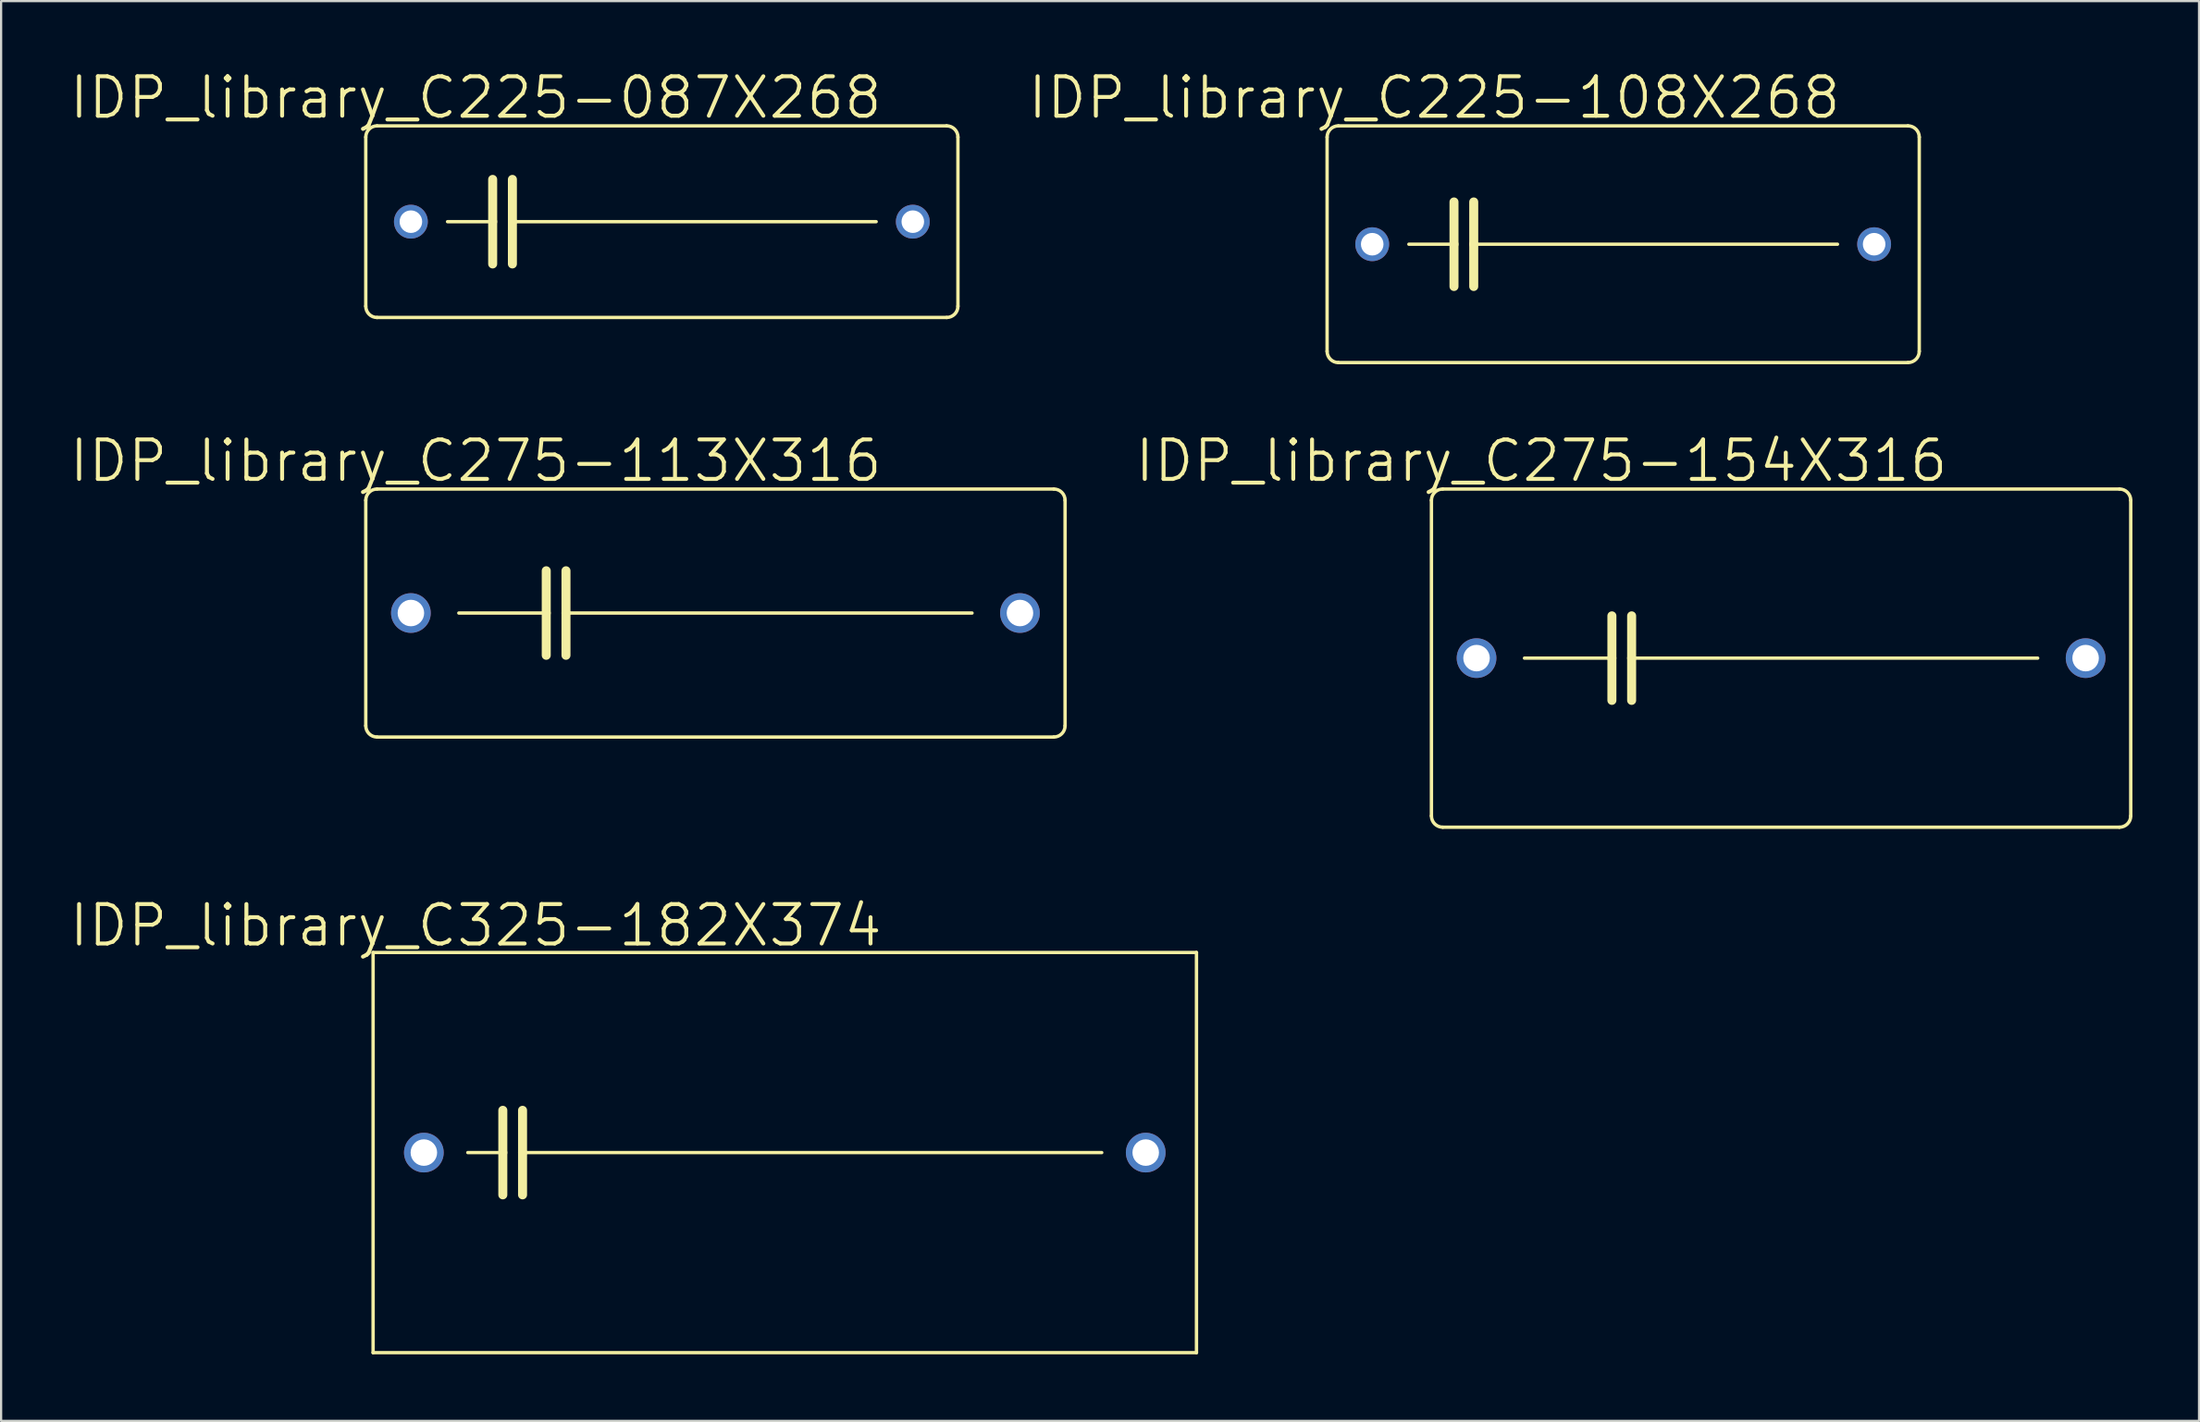
<source format=kicad_pcb>
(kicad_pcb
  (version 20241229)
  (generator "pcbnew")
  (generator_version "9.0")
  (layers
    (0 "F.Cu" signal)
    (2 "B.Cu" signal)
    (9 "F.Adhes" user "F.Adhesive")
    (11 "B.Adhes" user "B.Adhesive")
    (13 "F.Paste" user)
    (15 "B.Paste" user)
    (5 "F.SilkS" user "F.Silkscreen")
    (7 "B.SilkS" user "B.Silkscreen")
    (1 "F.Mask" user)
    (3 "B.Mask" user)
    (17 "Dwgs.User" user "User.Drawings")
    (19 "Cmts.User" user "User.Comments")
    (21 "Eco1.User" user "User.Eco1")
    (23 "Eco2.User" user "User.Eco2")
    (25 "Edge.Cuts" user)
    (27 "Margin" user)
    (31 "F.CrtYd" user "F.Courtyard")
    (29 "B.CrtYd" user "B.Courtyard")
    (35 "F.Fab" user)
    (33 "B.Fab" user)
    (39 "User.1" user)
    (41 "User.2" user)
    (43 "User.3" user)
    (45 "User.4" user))
  (footprint "IDP_library_C275-113X316"
    (layer "F.Cu")
    (at 29.172 24.577)
    (property "Reference" "IDP_library_C275-113X316" (at -10.795 -6.858 0) (layer "F.SilkS") (effects (font (size 1.778 1.778) (thickness 0.178))))
    (attr exclude_from_pos_files exclude_from_bom)
    (fp_line (start -15.748 5.08) (end -15.748 -5.08) (stroke (width 0.152) (type solid)) (layer "F.SilkS"))
    (fp_line (start -15.24 -5.588) (end 15.24 -5.588) (stroke (width 0.152) (type solid)) (layer "F.SilkS"))
    (fp_line (start -11.557 0) (end -7.62 0) (stroke (width 0.152) (type solid)) (layer "F.SilkS"))
    (fp_line (start -7.62 -1.905) (end -7.62 0) (stroke (width 0.406) (type solid)) (layer "F.SilkS"))
    (fp_line (start -7.62 0) (end -7.62 1.905) (stroke (width 0.406) (type solid)) (layer "F.SilkS"))
    (fp_line (start -6.731 -1.905) (end -6.731 0) (stroke (width 0.406) (type solid)) (layer "F.SilkS"))
    (fp_line (start -6.731 0) (end -6.731 1.905) (stroke (width 0.406) (type solid)) (layer "F.SilkS"))
    (fp_line (start -6.731 0) (end 11.557 0) (stroke (width 0.152) (type solid)) (layer "F.SilkS"))
    (fp_line (start 15.24 5.588) (end -15.24 5.588) (stroke (width 0.152) (type solid)) (layer "F.SilkS"))
    (fp_line (start 15.748 -5.08) (end 15.748 5.08) (stroke (width 0.152) (type solid)) (layer "F.SilkS"))
    (fp_arc (start -15.748 -5.08) (mid -15.59921 -5.43921) (end -15.24 -5.588) (stroke (width 0.1524) (type solid)) (layer "F.SilkS"))
    (fp_arc (start -15.24 5.588) (mid -15.59921 5.43921) (end -15.748 5.08) (stroke (width 0.1524) (type solid)) (layer "F.SilkS"))
    (fp_arc (start 15.24 -5.588) (mid 15.59921 -5.43921) (end 15.748 -5.08) (stroke (width 0.1524) (type solid)) (layer "F.SilkS"))
    (fp_arc (start 15.748 5.08) (mid 15.59921 5.43921) (end 15.24 5.588) (stroke (width 0.1524) (type solid)) (layer "F.SilkS"))
    (pad "1" thru_hole circle (at -13.716 0) (size 1.788 1.788) (drill 1.194) (layers "*.Cu" "*.Paste" "*.Mask"))
    (pad "2" thru_hole circle (at 13.716 0) (size 1.788 1.788) (drill 1.194) (layers "*.Cu" "*.Paste" "*.Mask")))
  (footprint "IDP_library_C225-087X268"
    (layer "F.Cu")
    (at 26.759 6.94)
    (property "Reference" "IDP_library_C225-087X268" (at -8.382 -5.588 0) (layer "F.SilkS") (effects (font (size 1.778 1.778) (thickness 0.178))))
    (attr exclude_from_pos_files exclude_from_bom)
    (fp_line (start -13.335 3.81) (end -13.335 -3.81) (stroke (width 0.152) (type solid)) (layer "F.SilkS"))
    (fp_line (start -12.827 -4.318) (end 12.827 -4.318) (stroke (width 0.152) (type solid)) (layer "F.SilkS"))
    (fp_line (start -9.652 0) (end -7.62 0) (stroke (width 0.152) (type solid)) (layer "F.SilkS"))
    (fp_line (start -7.62 -1.905) (end -7.62 0) (stroke (width 0.406) (type solid)) (layer "F.SilkS"))
    (fp_line (start -7.62 0) (end -7.62 1.905) (stroke (width 0.406) (type solid)) (layer "F.SilkS"))
    (fp_line (start -6.731 -1.905) (end -6.731 0) (stroke (width 0.406) (type solid)) (layer "F.SilkS"))
    (fp_line (start -6.731 0) (end -6.731 1.905) (stroke (width 0.406) (type solid)) (layer "F.SilkS"))
    (fp_line (start -6.731 0) (end 9.652 0) (stroke (width 0.152) (type solid)) (layer "F.SilkS"))
    (fp_line (start 12.827 4.318) (end -12.827 4.318) (stroke (width 0.152) (type solid)) (layer "F.SilkS"))
    (fp_line (start 13.335 -3.81) (end 13.335 3.81) (stroke (width 0.152) (type solid)) (layer "F.SilkS"))
    (fp_arc (start -13.335 -3.81) (mid -13.18621 -4.16921) (end -12.827 -4.318) (stroke (width 0.1524) (type solid)) (layer "F.SilkS"))
    (fp_arc (start -12.827 4.318) (mid -13.18621 4.16921) (end -13.335 3.81) (stroke (width 0.1524) (type solid)) (layer "F.SilkS"))
    (fp_arc (start 12.827 -4.318) (mid 13.18621 -4.16921) (end 13.335 -3.81) (stroke (width 0.1524) (type solid)) (layer "F.SilkS"))
    (fp_arc (start 13.335 3.81) (mid 13.18621 4.16921) (end 12.827 4.318) (stroke (width 0.1524) (type solid)) (layer "F.SilkS"))
    (pad "1" thru_hole circle (at -11.303 0) (size 1.524 1.524) (drill 1.016) (layers "*.Cu" "*.Paste" "*.Mask"))
    (pad "2" thru_hole circle (at 11.303 0) (size 1.524 1.524) (drill 1.016) (layers "*.Cu" "*.Paste" "*.Mask")))
  (footprint "IDP_library_C275-154X316"
    (layer "F.Cu")
    (at 77.168 26.609)
    (property "Reference" "IDP_library_C275-154X316" (at -10.795 -8.89 0) (layer "F.SilkS") (effects (font (size 1.778 1.778) (thickness 0.178))))
    (attr exclude_from_pos_files exclude_from_bom)
    (fp_line (start -15.748 7.112) (end -15.748 -7.112) (stroke (width 0.152) (type solid)) (layer "F.SilkS"))
    (fp_line (start -15.24 -7.62) (end 15.24 -7.62) (stroke (width 0.152) (type solid)) (layer "F.SilkS"))
    (fp_line (start -11.557 0) (end -7.62 0) (stroke (width 0.152) (type solid)) (layer "F.SilkS"))
    (fp_line (start -7.62 -1.905) (end -7.62 0) (stroke (width 0.406) (type solid)) (layer "F.SilkS"))
    (fp_line (start -7.62 0) (end -7.62 1.905) (stroke (width 0.406) (type solid)) (layer "F.SilkS"))
    (fp_line (start -6.731 -1.905) (end -6.731 0) (stroke (width 0.406) (type solid)) (layer "F.SilkS"))
    (fp_line (start -6.731 0) (end -6.731 1.905) (stroke (width 0.406) (type solid)) (layer "F.SilkS"))
    (fp_line (start -6.731 0) (end 11.557 0) (stroke (width 0.152) (type solid)) (layer "F.SilkS"))
    (fp_line (start 15.24 7.62) (end -15.24 7.62) (stroke (width 0.152) (type solid)) (layer "F.SilkS"))
    (fp_line (start 15.748 -7.112) (end 15.748 7.112) (stroke (width 0.152) (type solid)) (layer "F.SilkS"))
    (fp_arc (start -15.748 -7.112) (mid -15.59921 -7.47121) (end -15.24 -7.62) (stroke (width 0.1524) (type solid)) (layer "F.SilkS"))
    (fp_arc (start -15.24 7.62) (mid -15.59921 7.47121) (end -15.748 7.112) (stroke (width 0.1524) (type solid)) (layer "F.SilkS"))
    (fp_arc (start 15.24 -7.62) (mid 15.59921 -7.47121) (end 15.748 -7.112) (stroke (width 0.1524) (type solid)) (layer "F.SilkS"))
    (fp_arc (start 15.748 7.112) (mid 15.59921 7.47121) (end 15.24 7.62) (stroke (width 0.1524) (type solid)) (layer "F.SilkS"))
    (pad "1" thru_hole circle (at -13.716 0) (size 1.788 1.788) (drill 1.194) (layers "*.Cu" "*.Paste" "*.Mask"))
    (pad "2" thru_hole circle (at 13.716 0) (size 1.788 1.788) (drill 1.194) (layers "*.Cu" "*.Paste" "*.Mask")))
  (footprint "IDP_library_C225-108X268"
    (layer "F.Cu")
    (at 70.056 7.956)
    (property "Reference" "IDP_library_C225-108X268" (at -8.509 -6.604 0) (layer "F.SilkS") (effects (font (size 1.778 1.778) (thickness 0.178))))
    (attr exclude_from_pos_files exclude_from_bom)
    (fp_line (start -13.335 4.826) (end -13.335 -4.826) (stroke (width 0.152) (type solid)) (layer "F.SilkS"))
    (fp_line (start -12.827 -5.334) (end 12.827 -5.334) (stroke (width 0.152) (type solid)) (layer "F.SilkS"))
    (fp_line (start -9.652 0) (end -7.62 0) (stroke (width 0.152) (type solid)) (layer "F.SilkS"))
    (fp_line (start -7.62 -1.905) (end -7.62 0) (stroke (width 0.406) (type solid)) (layer "F.SilkS"))
    (fp_line (start -7.62 0) (end -7.62 1.905) (stroke (width 0.406) (type solid)) (layer "F.SilkS"))
    (fp_line (start -6.731 -1.905) (end -6.731 0) (stroke (width 0.406) (type solid)) (layer "F.SilkS"))
    (fp_line (start -6.731 0) (end -6.731 1.905) (stroke (width 0.406) (type solid)) (layer "F.SilkS"))
    (fp_line (start -6.731 0) (end 9.652 0) (stroke (width 0.152) (type solid)) (layer "F.SilkS"))
    (fp_line (start 12.827 5.334) (end -12.827 5.334) (stroke (width 0.152) (type solid)) (layer "F.SilkS"))
    (fp_line (start 13.335 -4.826) (end 13.335 4.826) (stroke (width 0.152) (type solid)) (layer "F.SilkS"))
    (fp_arc (start -13.335 -4.826) (mid -13.18621 -5.18521) (end -12.827 -5.334) (stroke (width 0.1524) (type solid)) (layer "F.SilkS"))
    (fp_arc (start -12.827 5.334) (mid -13.18621 5.18521) (end -13.335 4.826) (stroke (width 0.1524) (type solid)) (layer "F.SilkS"))
    (fp_arc (start 12.827 -5.334) (mid 13.18621 -5.18521) (end 13.335 -4.826) (stroke (width 0.1524) (type solid)) (layer "F.SilkS"))
    (fp_arc (start 13.335 4.826) (mid 13.18621 5.18521) (end 12.827 5.334) (stroke (width 0.1524) (type solid)) (layer "F.SilkS"))
    (pad "1" thru_hole circle (at -11.303 0) (size 1.524 1.524) (drill 1.016) (layers "*.Cu" "*.Paste" "*.Mask"))
    (pad "2" thru_hole circle (at 11.303 0) (size 1.524 1.524) (drill 1.016) (layers "*.Cu" "*.Paste" "*.Mask")))
  (footprint "IDP_library_C325-182X374"
    (layer "F.Cu")
    (at 32.296 48.893)
    (property "Reference" "IDP_library_C325-182X374" (at -13.919 -10.236 0) (layer "F.SilkS") (effects (font (size 1.778 1.778) (thickness 0.178))))
    (attr exclude_from_pos_files exclude_from_bom)
    (fp_line (start -18.542 -9.017) (end -18.542 9.017) (stroke (width 0.152) (type solid)) (layer "F.SilkS"))
    (fp_line (start -18.542 9.017) (end 18.542 9.017) (stroke (width 0.152) (type solid)) (layer "F.SilkS"))
    (fp_line (start -14.275 0) (end -12.7 0) (stroke (width 0.152) (type solid)) (layer "F.SilkS"))
    (fp_line (start -12.7 -1.905) (end -12.7 0) (stroke (width 0.406) (type solid)) (layer "F.SilkS"))
    (fp_line (start -12.7 0) (end -12.7 1.905) (stroke (width 0.406) (type solid)) (layer "F.SilkS"))
    (fp_line (start -11.811 -1.905) (end -11.811 0) (stroke (width 0.406) (type solid)) (layer "F.SilkS"))
    (fp_line (start -11.811 0) (end -11.811 1.905) (stroke (width 0.406) (type solid)) (layer "F.SilkS"))
    (fp_line (start -11.811 0) (end 14.275 0) (stroke (width 0.152) (type solid)) (layer "F.SilkS"))
    (fp_line (start 18.542 -9.017) (end -18.542 -9.017) (stroke (width 0.152) (type solid)) (layer "F.SilkS"))
    (fp_line (start 18.542 -9.017) (end 18.542 9.017) (stroke (width 0.152) (type solid)) (layer "F.SilkS"))
    (pad "1" thru_hole circle (at -16.256 0) (size 1.788 1.788) (drill 1.194) (layers "*.Cu" "*.Paste" "*.Mask"))
    (pad "2" thru_hole circle (at 16.256 0) (size 1.788 1.788) (drill 1.194) (layers "*.Cu" "*.Paste" "*.Mask")))
  (gr_rect
    (start -3 -3)
    (end 95.992 60.986)
    (stroke (width 0.1) (type default))
    (fill no)
    (layer "Edge.Cuts")))
</source>
